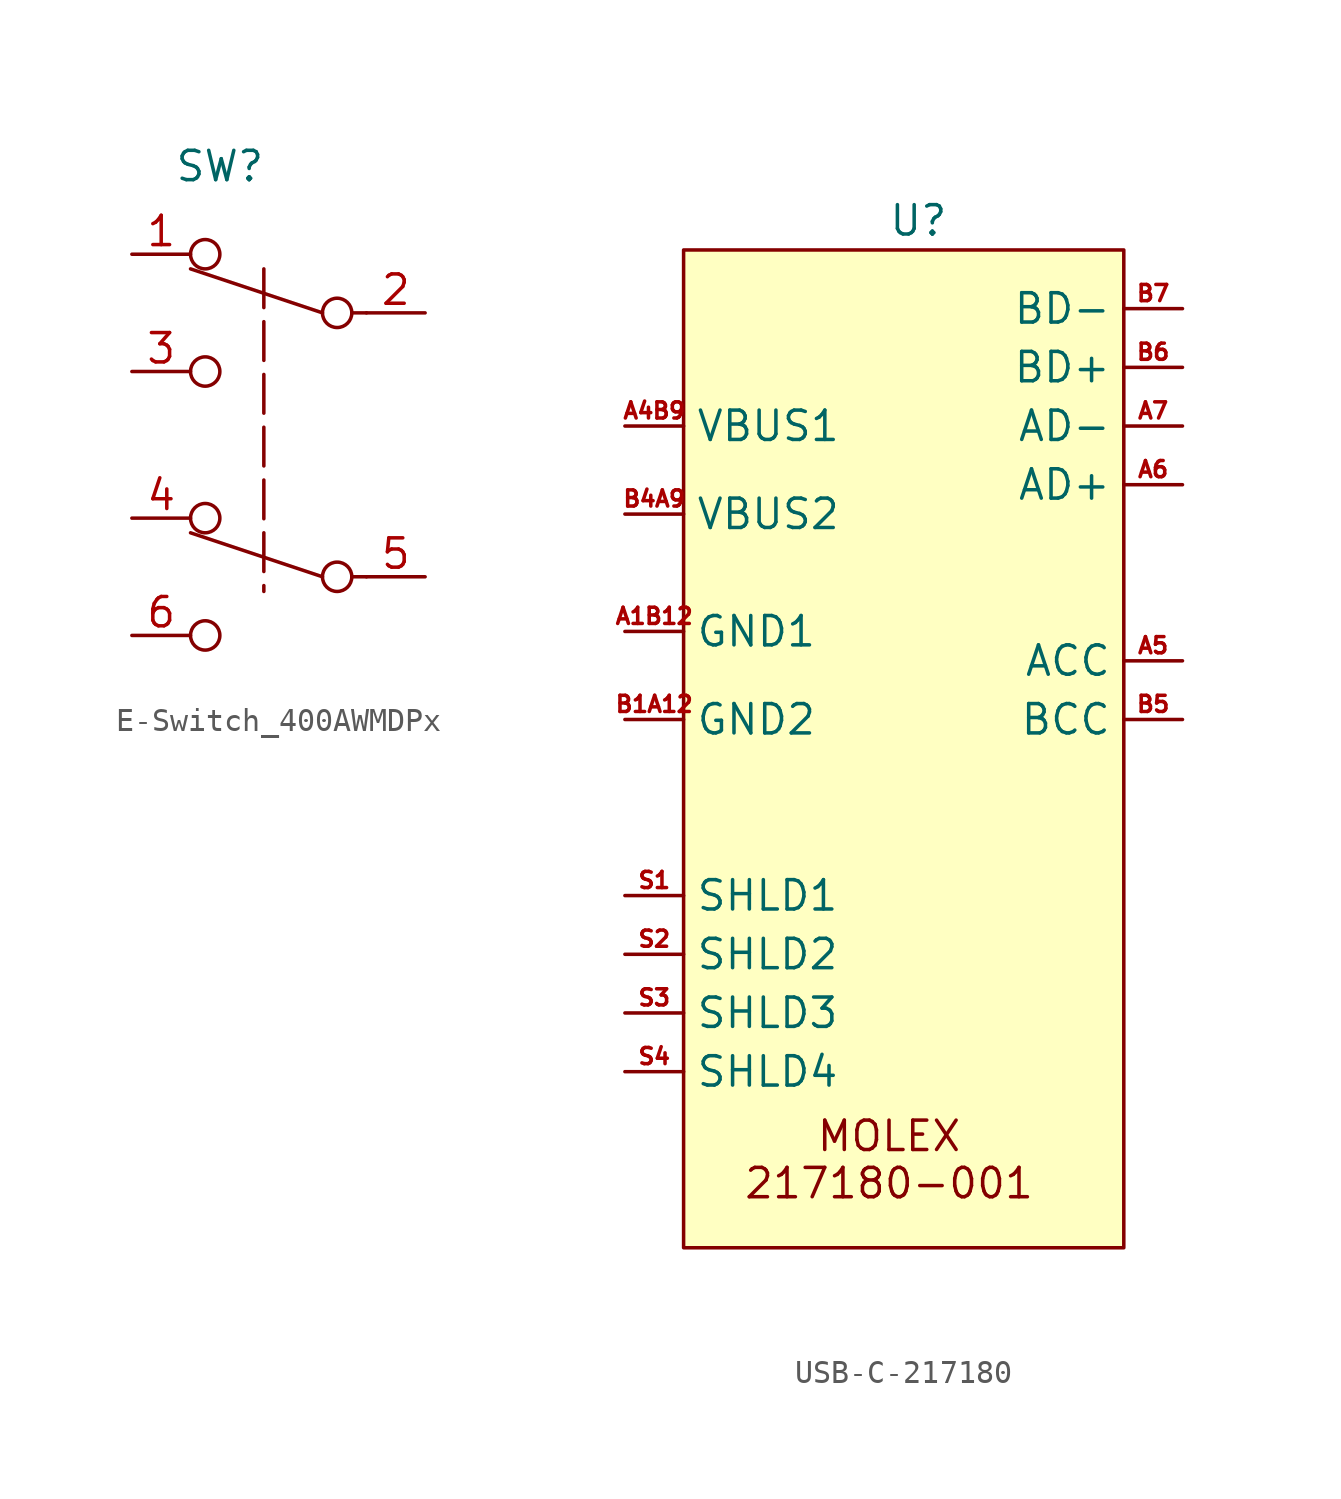
<source format=kicad_sym>
(kicad_symbol_lib
  (version 20241209)
  (generator "kicad_symbol_editor")
  (generator_version "9.0")
  (symbol "E-Switch_400AWMDPx"
    (property "Reference" "SW"
      (at 0 0 0)
      (effects (font (size 1.27 1.27))))
    (property "Value" ""
      (at 0 0 0)
      (effects (font (size 1.27 1.27))))
    (symbol "E-Switch_400AWMDPx_0_1"
      (circle (center -0.635 -3.81) (radius 0.635) (stroke (width 0) (type default)) (fill (type none)))
      (circle (center -0.635 -8.89) (radius 0.635) (stroke (width 0) (type default)) (fill (type none)))
      (circle (center -0.635 -15.24) (radius 0.635) (stroke (width 0) (type default)) (fill (type none)))
      (circle (center -0.635 -20.32) (radius 0.635) (stroke (width 0) (type default)) (fill (type none)))
      (polyline (pts (xy 4.445 -6.35) (xy -1.27 -4.445)) (stroke (width 0) (type default)) (fill (type none)))
      (polyline (pts (xy 4.445 -17.78) (xy -1.27 -15.875)) (stroke (width 0) (type default)) (fill (type none)))
      (circle (center 5.08 -6.35) (radius 0.635) (stroke (width 0) (type default)) (fill (type none)))
      (circle (center 5.08 -17.78) (radius 0.635) (stroke (width 0) (type default)) (fill (type none)))
      (polyline (pts (xy 6.35 -6.35) (xy 5.715 -6.35)) (stroke (width 0) (type default)) (fill (type none)))
      (polyline (pts (xy 6.35 -17.78) (xy 5.715 -17.78)) (stroke (width 0) (type default)) (fill (type none))))
    (symbol "E-Switch_400AWMDPx_1_1"
      (polyline (pts (xy 1.905 -4.445) (xy 1.905 -18.415)) (stroke (width 0) (type dash)) (fill (type none)))
      (pin bidirectional line (at -3.81 -3.81 0) (length 2.54) (name "" (effects (font (size 1.27 1.27)))) (number "1" (effects (font (size 1.27 1.27)))))
      (pin bidirectional line (at -3.81 -8.89 0) (length 2.54) (name "" (effects (font (size 1.27 1.27)))) (number "3" (effects (font (size 1.27 1.27)))))
      (pin bidirectional line (at -3.81 -15.24 0) (length 2.54) (name "" (effects (font (size 1.27 1.27)))) (number "4" (effects (font (size 1.27 1.27)))))
      (pin bidirectional line (at -3.81 -20.32 0) (length 2.54) (name "" (effects (font (size 1.27 1.27)))) (number "6" (effects (font (size 1.27 1.27)))))
      (pin bidirectional line (at 8.89 -6.35 180) (length 2.54) (name "" (effects (font (size 1.27 1.27)))) (number "2" (effects (font (size 1.27 1.27)))))
      (pin bidirectional line (at 8.89 -17.78 180) (length 2.54) (name "" (effects (font (size 1.27 1.27)))) (number "5" (effects (font (size 1.27 1.27)))))))
  (symbol "USB-C-217180"
    (property "Reference" "U"
      (at -1.27 5.08 0)
      (effects (font (size 1.27 1.27))))
    (property "Value" ""
      (at 0 0 0)
      (effects (font (size 1.27 1.27))))
    (symbol "USB-C-217180_1_1"
      (rectangle (start -11.43 3.81) (end 7.62 -39.37) (stroke (width 0) (type solid)) (fill (type background)))
      (text "MOLEX\n217180-001" (at -2.54 -35.56 0) (effects (font (size 1.27 1.27))))
      (pin input line (at -13.97 -3.81 0) (length 2.54) (name "VBUS1" (effects (font (size 1.27 1.27)))) (number "A4B9" (effects (font (size 0.7 0.7)))))
      (pin input line (at -13.97 -7.62 0) (length 2.54) (name "VBUS2" (effects (font (size 1.27 1.27)))) (number "B4A9" (effects (font (size 0.7 0.7)))))
      (pin input line (at -13.97 -12.7 0) (length 2.54) (name "GND1" (effects (font (size 1.27 1.27)))) (number "A1B12" (effects (font (size 0.7 0.7)))))
      (pin input line (at -13.97 -16.51 0) (length 2.54) (name "GND2" (effects (font (size 1.27 1.27)))) (number "B1A12" (effects (font (size 0.7 0.7)))))
      (pin input line (at -13.97 -24.13 0) (length 2.54) (name "SHLD1" (effects (font (size 1.27 1.27)))) (number "S1" (effects (font (size 0.7 0.7)))))
      (pin input line (at -13.97 -26.67 0) (length 2.54) (name "SHLD2" (effects (font (size 1.27 1.27)))) (number "S2" (effects (font (size 0.7 0.7)))))
      (pin input line (at -13.97 -29.21 0) (length 2.54) (name "SHLD3" (effects (font (size 1.27 1.27)))) (number "S3" (effects (font (size 0.7 0.7)))))
      (pin input line (at -13.97 -31.75 0) (length 2.54) (name "SHLD4" (effects (font (size 1.27 1.27)))) (number "S4" (effects (font (size 0.7 0.7)))))
      (pin input line (at 10.16 1.27 180) (length 2.54) (name "BD-" (effects (font (size 1.27 1.27)))) (number "B7" (effects (font (size 0.7 0.7)))))
      (pin input line (at 10.16 -1.27 180) (length 2.54) (name "BD+" (effects (font (size 1.27 1.27)))) (number "B6" (effects (font (size 0.7 0.7)))))
      (pin input line (at 10.16 -3.81 180) (length 2.54) (name "AD-" (effects (font (size 1.27 1.27)))) (number "A7" (effects (font (size 0.7 0.7)))))
      (pin input line (at 10.16 -6.35 180) (length 2.54) (name "AD+" (effects (font (size 1.27 1.27)))) (number "A6" (effects (font (size 0.7 0.7)))))
      (pin input line (at 10.16 -13.97 180) (length 2.54) (name "ACC" (effects (font (size 1.27 1.27)))) (number "A5" (effects (font (size 0.7 0.7)))))
      (pin input line (at 10.16 -16.51 180) (length 2.54) (name "BCC" (effects (font (size 1.27 1.27)))) (number "B5" (effects (font (size 0.7 0.7))))))))
</source>
